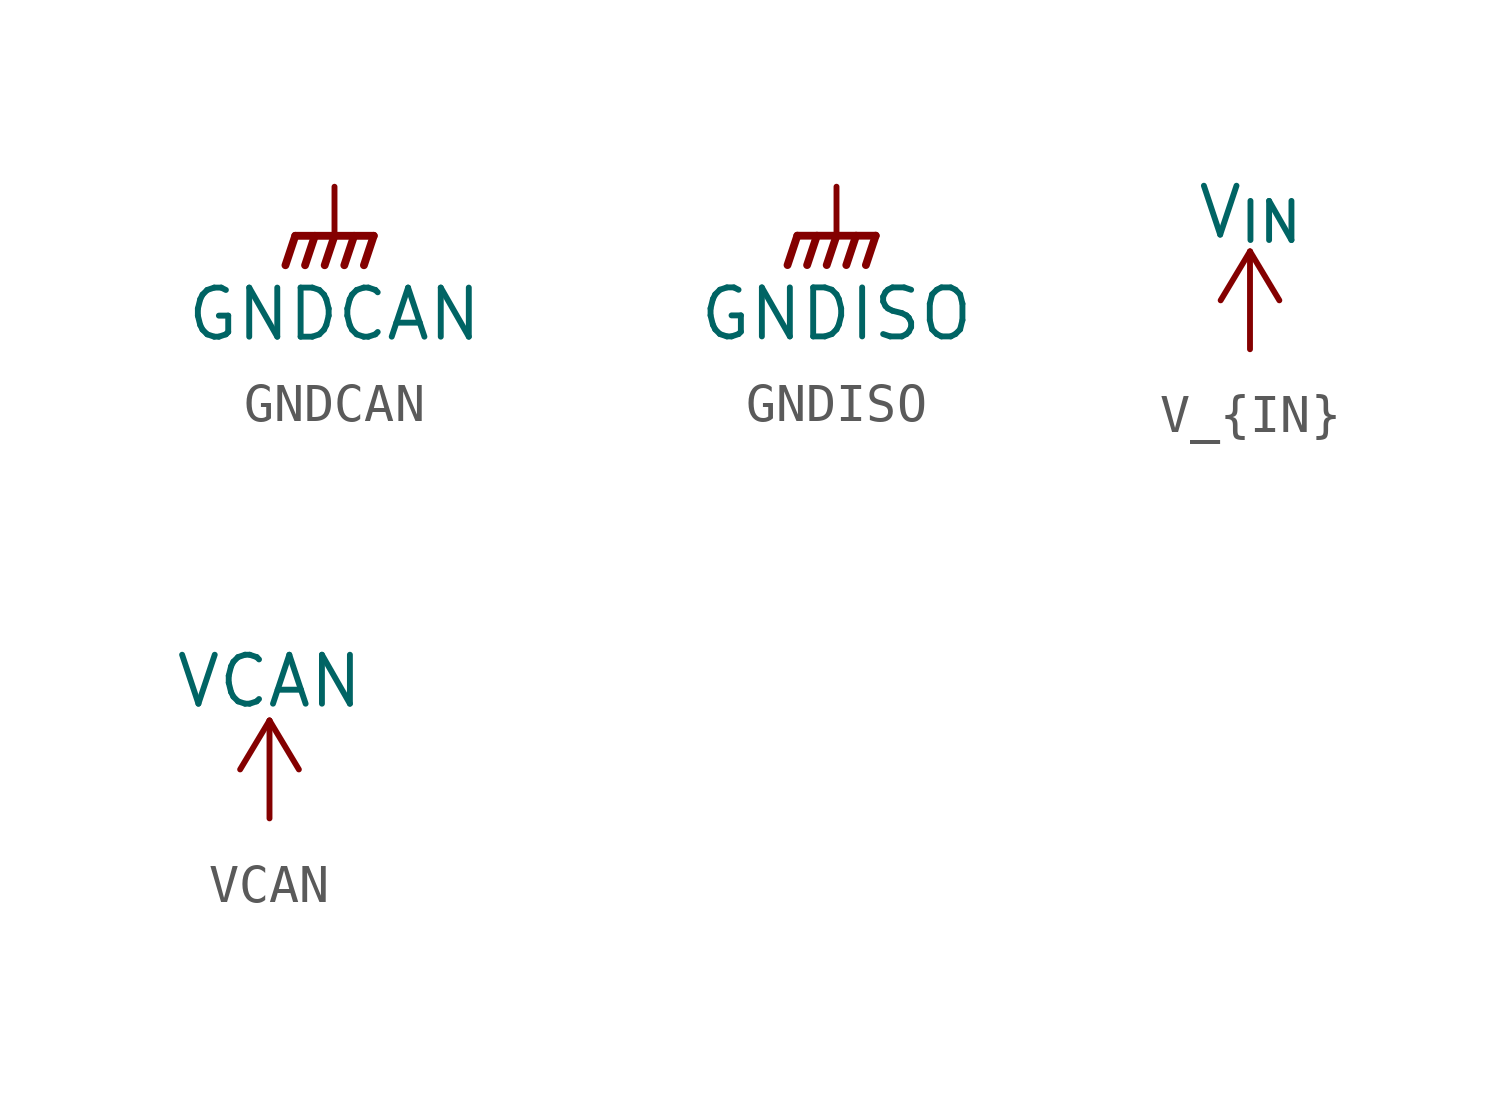
<source format=kicad_sym>
(kicad_symbol_lib
  (version 20220914)
  (generator kicad_symbol_editor)
  (symbol "GNDCAN"
    (power)
    (pin_names
      (offset 0))
    (property "Reference" "#PWR"
      (at 0 -5.08 0)
      (effects (font (size 1.27 1.27)) hide))
    (property "Value" "GNDCAN"
      (at 0 -3.302 0)
      (effects (font (size 1.27 1.27))))
    (symbol "GNDCAN_0_1"
      (polyline (pts (xy 0 -1.27) (xy 0 0)) (stroke (width 0) (type default)) (fill (type none)))
      (polyline (pts (xy -1.016 -1.27) (xy -1.27 -2.032) (xy -1.27 -2.032)) (stroke (width 0.203) (type default)) (fill (type none)))
      (polyline (pts (xy -0.508 -1.27) (xy -0.762 -2.032) (xy -0.762 -2.032)) (stroke (width 0.203) (type default)) (fill (type none)))
      (polyline (pts (xy 0 -1.27) (xy -0.254 -2.032) (xy -0.254 -2.032)) (stroke (width 0.203) (type default)) (fill (type none)))
      (polyline (pts (xy 0.508 -1.27) (xy 0.254 -2.032) (xy 0.254 -2.032)) (stroke (width 0.203) (type default)) (fill (type none)))
      (polyline (pts (xy 1.016 -1.27) (xy -1.016 -1.27) (xy -1.016 -1.27)) (stroke (width 0.203) (type default)) (fill (type none)))
      (polyline (pts (xy 1.016 -1.27) (xy 0.762 -2.032) (xy 0.762 -2.032) (xy 0.762 -2.032)) (stroke (width 0.203) (type default)) (fill (type none))))
    (symbol "GNDCAN_1_1"
      (pin power_in line (at 0 0 270) (length 0) hide (name "GNDCAN" (effects (font (size 1.27 1.27)))) (number "1" (effects (font (size 1.27 1.27)))))))
  (symbol "GNDISO"
    (power)
    (pin_names
      (offset 0))
    (property "Reference" "#PWR"
      (at 0 -5.08 0)
      (effects (font (size 1.27 1.27)) hide))
    (property "Value" "GNDISO"
      (at 0 -3.302 0)
      (effects (font (size 1.27 1.27))))
    (symbol "GNDISO_0_1"
      (polyline (pts (xy 0 -1.27) (xy 0 0)) (stroke (width 0) (type default)) (fill (type none)))
      (polyline (pts (xy -1.016 -1.27) (xy -1.27 -2.032) (xy -1.27 -2.032)) (stroke (width 0.203) (type default)) (fill (type none)))
      (polyline (pts (xy -0.508 -1.27) (xy -0.762 -2.032) (xy -0.762 -2.032)) (stroke (width 0.203) (type default)) (fill (type none)))
      (polyline (pts (xy 0 -1.27) (xy -0.254 -2.032) (xy -0.254 -2.032)) (stroke (width 0.203) (type default)) (fill (type none)))
      (polyline (pts (xy 0.508 -1.27) (xy 0.254 -2.032) (xy 0.254 -2.032)) (stroke (width 0.203) (type default)) (fill (type none)))
      (polyline (pts (xy 1.016 -1.27) (xy -1.016 -1.27) (xy -1.016 -1.27)) (stroke (width 0.203) (type default)) (fill (type none)))
      (polyline (pts (xy 1.016 -1.27) (xy 0.762 -2.032) (xy 0.762 -2.032) (xy 0.762 -2.032)) (stroke (width 0.203) (type default)) (fill (type none))))
    (symbol "GNDISO_1_1"
      (pin power_in line (at 0 0 270) (length 0) hide (name "GNDISO" (effects (font (size 1.27 1.27)))) (number "1" (effects (font (size 1.27 1.27)))))))
  (symbol "V_{IN}"
    (power)
    (pin_names
      (offset 0))
    (property "Reference" "#PWR"
      (at 0 -3.81 0)
      (effects (font (size 1.27 1.27)) hide))
    (property "Value" "V_{IN}"
      (at 0 3.556 0)
      (effects (font (size 1.27 1.27))))
    (symbol "V_{IN}_0_1"
      (polyline (pts (xy -0.762 1.27) (xy 0 2.54)) (stroke (width 0) (type default)) (fill (type none)))
      (polyline (pts (xy 0 0) (xy 0 2.54)) (stroke (width 0) (type default)) (fill (type none)))
      (polyline (pts (xy 0 2.54) (xy 0.762 1.27)) (stroke (width 0) (type default)) (fill (type none))))
    (symbol "V_{IN}_1_1"
      (pin power_in line (at 0 0 90) (length 0) hide (name "V_{IN}" (effects (font (size 1.27 1.27)))) (number "1" (effects (font (size 1.27 1.27)))))))
  (symbol "VCAN"
    (power)
    (pin_names
      (offset 0))
    (property "Reference" "#PWR"
      (at 0 -3.81 0)
      (effects (font (size 1.27 1.27)) hide))
    (property "Value" "VCAN"
      (at 0 3.556 0)
      (effects (font (size 1.27 1.27))))
    (symbol "VCAN_0_1"
      (polyline (pts (xy -0.762 1.27) (xy 0 2.54)) (stroke (width 0) (type default)) (fill (type none)))
      (polyline (pts (xy 0 0) (xy 0 2.54)) (stroke (width 0) (type default)) (fill (type none)))
      (polyline (pts (xy 0 2.54) (xy 0.762 1.27)) (stroke (width 0) (type default)) (fill (type none))))
    (symbol "VCAN_1_1"
      (pin power_in line (at 0 0 90) (length 0) hide (name "VCAN" (effects (font (size 1.27 1.27)))) (number "1" (effects (font (size 1.27 1.27))))))))
</source>
